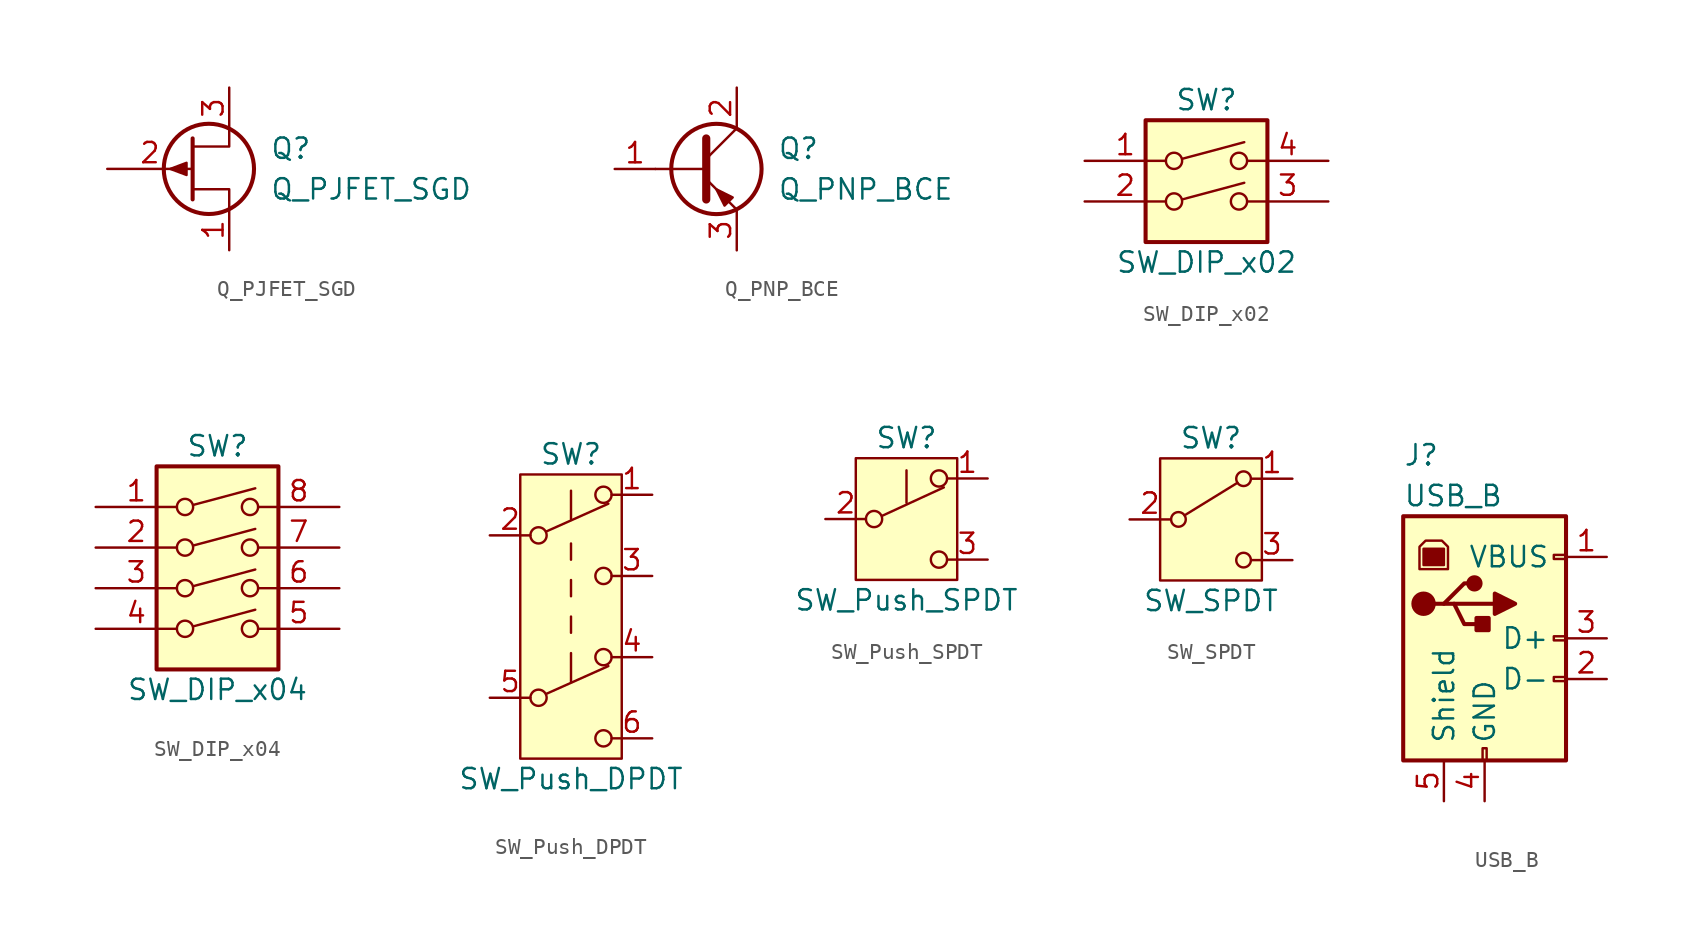
<source format=kicad_sym>
(kicad_symbol_lib
  (version 20241209)
  (generator "kicad_symbol_editor")
  (generator_version "9.0")
  (symbol "Q_PJFET_SGD"
    (pin_names
      (offset 0)
      (hide yes))
    (property "Reference" "Q"
      (at 5.08 1.27 0)
      (effects (font (size 1.27 1.27)) (justify left)))
    (property "Value" "Q_PJFET_SGD"
      (at 5.08 -1.27 0)
      (effects (font (size 1.27 1.27)) (justify left)))
    (symbol "Q_PJFET_SGD_0_1"
      (polyline (pts (xy -1.143 0) (xy -0.127 0.381) (xy -0.127 -0.381) (xy -1.143 0)) (stroke (width 0) (type default)) (fill (type outline)))
      (polyline (pts (xy 0.254 1.905) (xy 0.254 -1.905) (xy 0.254 -1.905)) (stroke (width 0.254) (type default)) (fill (type none)))
      (circle (center 1.27 0) (radius 2.819) (stroke (width 0.254) (type default)) (fill (type none)))
      (polyline (pts (xy 2.54 2.54) (xy 2.54 1.397) (xy 0.254 1.397)) (stroke (width 0) (type default)) (fill (type none)))
      (polyline (pts (xy 2.54 -2.54) (xy 2.54 -1.27) (xy 0.254 -1.27)) (stroke (width 0) (type default)) (fill (type none))))
    (symbol "Q_PJFET_SGD_1_1"
      (pin input line (at -5.08 0 0) (length 5.334) (name "G" (effects (font (size 1.27 1.27)))) (number "2" (effects (font (size 1.27 1.27)))))
      (pin passive line (at 2.54 5.08 270) (length 2.54) (name "D" (effects (font (size 1.27 1.27)))) (number "3" (effects (font (size 1.27 1.27)))))
      (pin passive line (at 2.54 -5.08 90) (length 2.54) (name "S" (effects (font (size 1.27 1.27)))) (number "1" (effects (font (size 1.27 1.27)))))))
  (symbol "Q_PNP_BCE"
    (pin_names
      (offset 0)
      (hide yes))
    (property "Reference" "Q"
      (at 5.08 1.27 0)
      (effects (font (size 1.27 1.27)) (justify left)))
    (property "Value" "Q_PNP_BCE"
      (at 5.08 -1.27 0)
      (effects (font (size 1.27 1.27)) (justify left)))
    (symbol "Q_PNP_BCE_0_1"
      (polyline (pts (xy -2.54 0) (xy 0.635 0)) (stroke (width 0) (type default)) (fill (type none)))
      (polyline (pts (xy 0.635 1.905) (xy 0.635 -1.905)) (stroke (width 0.508) (type default)) (fill (type none)))
      (polyline (pts (xy 0.635 0.635) (xy 2.54 2.54)) (stroke (width 0) (type default)) (fill (type none)))
      (polyline (pts (xy 0.635 -0.635) (xy 2.54 -2.54)) (stroke (width 0) (type default)) (fill (type none)))
      (circle (center 1.27 0) (radius 2.819) (stroke (width 0.254) (type default)) (fill (type none)))
      (polyline (pts (xy 2.286 -1.778) (xy 1.778 -2.286) (xy 1.27 -1.27) (xy 2.286 -1.778)) (stroke (width 0) (type default)) (fill (type outline))))
    (symbol "Q_PNP_BCE_1_1"
      (pin input line (at -5.08 0 0) (length 2.54) (name "B" (effects (font (size 1.27 1.27)))) (number "1" (effects (font (size 1.27 1.27)))))
      (pin passive line (at 2.54 5.08 270) (length 2.54) (name "C" (effects (font (size 1.27 1.27)))) (number "2" (effects (font (size 1.27 1.27)))))
      (pin passive line (at 2.54 -5.08 90) (length 2.54) (name "E" (effects (font (size 1.27 1.27)))) (number "3" (effects (font (size 1.27 1.27)))))))
  (symbol "SW_DIP_x02"
    (pin_names
      (offset 0)
      (hide yes))
    (property "Reference" "SW"
      (at 0 6.35 0)
      (effects (font (size 1.27 1.27))))
    (property "Value" "SW_DIP_x02"
      (at 0 -3.81 0)
      (effects (font (size 1.27 1.27))))
    (symbol "SW_DIP_x02_0_0"
      (circle (center -2.032 2.54) (radius 0.508) (stroke (width 0) (type default)) (fill (type none)))
      (circle (center -2.032 0) (radius 0.508) (stroke (width 0) (type default)) (fill (type none)))
      (polyline (pts (xy -1.524 2.667) (xy 2.362 3.708)) (stroke (width 0) (type default)) (fill (type none)))
      (polyline (pts (xy -1.524 0.127) (xy 2.362 1.168)) (stroke (width 0) (type default)) (fill (type none)))
      (circle (center 2.032 2.54) (radius 0.508) (stroke (width 0) (type default)) (fill (type none)))
      (circle (center 2.032 0) (radius 0.508) (stroke (width 0) (type default)) (fill (type none))))
    (symbol "SW_DIP_x02_0_1"
      (rectangle (start -3.81 5.08) (end 3.81 -2.54) (stroke (width 0.254) (type default)) (fill (type background))))
    (symbol "SW_DIP_x02_1_1"
      (pin passive line (at -7.62 2.54 0) (length 5.08) (name "~" (effects (font (size 1.27 1.27)))) (number "1" (effects (font (size 1.27 1.27)))))
      (pin passive line (at -7.62 0 0) (length 5.08) (name "~" (effects (font (size 1.27 1.27)))) (number "2" (effects (font (size 1.27 1.27)))))
      (pin passive line (at 7.62 2.54 180) (length 5.08) (name "~" (effects (font (size 1.27 1.27)))) (number "4" (effects (font (size 1.27 1.27)))))
      (pin passive line (at 7.62 0 180) (length 5.08) (name "~" (effects (font (size 1.27 1.27)))) (number "3" (effects (font (size 1.27 1.27)))))))
  (symbol "SW_DIP_x04"
    (pin_names
      (offset 0)
      (hide yes))
    (property "Reference" "SW"
      (at 0 8.89 0)
      (effects (font (size 1.27 1.27))))
    (property "Value" "SW_DIP_x04"
      (at 0 -6.35 0)
      (effects (font (size 1.27 1.27))))
    (symbol "SW_DIP_x04_0_0"
      (circle (center -2.032 5.08) (radius 0.508) (stroke (width 0) (type default)) (fill (type none)))
      (circle (center -2.032 2.54) (radius 0.508) (stroke (width 0) (type default)) (fill (type none)))
      (circle (center -2.032 0) (radius 0.508) (stroke (width 0) (type default)) (fill (type none)))
      (circle (center -2.032 -2.54) (radius 0.508) (stroke (width 0) (type default)) (fill (type none)))
      (polyline (pts (xy -1.524 5.207) (xy 2.362 6.248)) (stroke (width 0) (type default)) (fill (type none)))
      (polyline (pts (xy -1.524 2.667) (xy 2.362 3.708)) (stroke (width 0) (type default)) (fill (type none)))
      (polyline (pts (xy -1.524 0.127) (xy 2.362 1.168)) (stroke (width 0) (type default)) (fill (type none)))
      (polyline (pts (xy -1.524 -2.388) (xy 2.362 -1.346)) (stroke (width 0) (type default)) (fill (type none)))
      (circle (center 2.032 5.08) (radius 0.508) (stroke (width 0) (type default)) (fill (type none)))
      (circle (center 2.032 2.54) (radius 0.508) (stroke (width 0) (type default)) (fill (type none)))
      (circle (center 2.032 0) (radius 0.508) (stroke (width 0) (type default)) (fill (type none)))
      (circle (center 2.032 -2.54) (radius 0.508) (stroke (width 0) (type default)) (fill (type none))))
    (symbol "SW_DIP_x04_0_1"
      (rectangle (start -3.81 7.62) (end 3.81 -5.08) (stroke (width 0.254) (type default)) (fill (type background))))
    (symbol "SW_DIP_x04_1_1"
      (pin passive line (at -7.62 5.08 0) (length 5.08) (name "~" (effects (font (size 1.27 1.27)))) (number "1" (effects (font (size 1.27 1.27)))))
      (pin passive line (at -7.62 2.54 0) (length 5.08) (name "~" (effects (font (size 1.27 1.27)))) (number "2" (effects (font (size 1.27 1.27)))))
      (pin passive line (at -7.62 0 0) (length 5.08) (name "~" (effects (font (size 1.27 1.27)))) (number "3" (effects (font (size 1.27 1.27)))))
      (pin passive line (at -7.62 -2.54 0) (length 5.08) (name "~" (effects (font (size 1.27 1.27)))) (number "4" (effects (font (size 1.27 1.27)))))
      (pin passive line (at 7.62 5.08 180) (length 5.08) (name "~" (effects (font (size 1.27 1.27)))) (number "8" (effects (font (size 1.27 1.27)))))
      (pin passive line (at 7.62 2.54 180) (length 5.08) (name "~" (effects (font (size 1.27 1.27)))) (number "7" (effects (font (size 1.27 1.27)))))
      (pin passive line (at 7.62 0 180) (length 5.08) (name "~" (effects (font (size 1.27 1.27)))) (number "6" (effects (font (size 1.27 1.27)))))
      (pin passive line (at 7.62 -2.54 180) (length 5.08) (name "~" (effects (font (size 1.27 1.27)))) (number "5" (effects (font (size 1.27 1.27)))))))
  (symbol "SW_Push_DPDT"
    (pin_names
      (offset 0)
      (hide yes))
    (property "Reference" "SW"
      (at 0 10.16 0)
      (effects (font (size 1.27 1.27))))
    (property "Value" "SW_Push_DPDT"
      (at 0 -10.16 0)
      (effects (font (size 1.27 1.27))))
    (symbol "SW_Push_DPDT_0_0"
      (circle (center -2.032 5.08) (radius 0.508) (stroke (width 0) (type default)) (fill (type none)))
      (circle (center -2.032 -5.08) (radius 0.508) (stroke (width 0) (type default)) (fill (type none)))
      (circle (center 2.032 2.54) (radius 0.508) (stroke (width 0) (type default)) (fill (type none)))
      (circle (center 2.032 -7.62) (radius 0.508) (stroke (width 0) (type default)) (fill (type none))))
    (symbol "SW_Push_DPDT_0_1"
      (polyline (pts (xy -1.524 5.334) (xy 2.337 7.061)) (stroke (width 0) (type default)) (fill (type none)))
      (polyline (pts (xy -1.524 -4.826) (xy 2.337 -3.099)) (stroke (width 0) (type default)) (fill (type none)))
      (polyline (pts (xy 0 7.874) (xy 0 6.096)) (stroke (width 0) (type default)) (fill (type none)))
      (polyline (pts (xy 0 3.556) (xy 0 4.572)) (stroke (width 0) (type default)) (fill (type none)))
      (polyline (pts (xy 0 1.27) (xy 0 2.286)) (stroke (width 0) (type default)) (fill (type none)))
      (polyline (pts (xy 0 -1.016) (xy 0 0)) (stroke (width 0) (type default)) (fill (type none)))
      (polyline (pts (xy 0 -2.286) (xy 0 -4.064)) (stroke (width 0) (type default)) (fill (type none)))
      (circle (center 2.032 7.62) (radius 0.508) (stroke (width 0) (type default)) (fill (type none)))
      (circle (center 2.032 -2.54) (radius 0.508) (stroke (width 0) (type default)) (fill (type none))))
    (symbol "SW_Push_DPDT_1_1"
      (rectangle (start -3.175 8.89) (end 3.175 -8.89) (stroke (width 0) (type default)) (fill (type background)))
      (pin passive line (at -5.08 5.08 0) (length 2.54) (name "B" (effects (font (size 1.27 1.27)))) (number "2" (effects (font (size 1.27 1.27)))))
      (pin passive line (at -5.08 -5.08 0) (length 2.54) (name "B" (effects (font (size 1.27 1.27)))) (number "5" (effects (font (size 1.27 1.27)))))
      (pin passive line (at 5.08 7.62 180) (length 2.54) (name "A" (effects (font (size 1.27 1.27)))) (number "1" (effects (font (size 1.27 1.27)))))
      (pin passive line (at 5.08 2.54 180) (length 2.54) (name "C" (effects (font (size 1.27 1.27)))) (number "3" (effects (font (size 1.27 1.27)))))
      (pin passive line (at 5.08 -2.54 180) (length 2.54) (name "A" (effects (font (size 1.27 1.27)))) (number "4" (effects (font (size 1.27 1.27)))))
      (pin passive line (at 5.08 -7.62 180) (length 2.54) (name "C" (effects (font (size 1.27 1.27)))) (number "6" (effects (font (size 1.27 1.27)))))))
  (symbol "SW_Push_SPDT"
    (pin_names
      (offset 0)
      (hide yes))
    (property "Reference" "SW"
      (at 0 5.08 0)
      (effects (font (size 1.27 1.27))))
    (property "Value" "SW_Push_SPDT"
      (at 0 -5.08 0)
      (effects (font (size 1.27 1.27))))
    (symbol "SW_Push_SPDT_0_0"
      (circle (center -2.032 0) (radius 0.508) (stroke (width 0) (type default)) (fill (type none)))
      (polyline (pts (xy 0 1.016) (xy 0 3.048)) (stroke (width 0) (type default)) (fill (type none)))
      (circle (center 2.032 -2.54) (radius 0.508) (stroke (width 0) (type default)) (fill (type none))))
    (symbol "SW_Push_SPDT_0_1"
      (polyline (pts (xy -1.524 0.203) (xy 2.337 1.981)) (stroke (width 0) (type default)) (fill (type none)))
      (circle (center 2.032 2.54) (radius 0.508) (stroke (width 0) (type default)) (fill (type none))))
    (symbol "SW_Push_SPDT_1_1"
      (rectangle (start -3.175 3.81) (end 3.175 -3.81) (stroke (width 0) (type default)) (fill (type background)))
      (pin passive line (at -5.08 0 0) (length 2.54) (name "B" (effects (font (size 1.27 1.27)))) (number "2" (effects (font (size 1.27 1.27)))))
      (pin passive line (at 5.08 2.54 180) (length 2.54) (name "A" (effects (font (size 1.27 1.27)))) (number "1" (effects (font (size 1.27 1.27)))))
      (pin passive line (at 5.08 -2.54 180) (length 2.54) (name "C" (effects (font (size 1.27 1.27)))) (number "3" (effects (font (size 1.27 1.27)))))))
  (symbol "SW_SPDT"
    (pin_names
      (offset 0)
      (hide yes))
    (property "Reference" "SW"
      (at 0 5.08 0)
      (effects (font (size 1.27 1.27))))
    (property "Value" "SW_SPDT"
      (at 0 -5.08 0)
      (effects (font (size 1.27 1.27))))
    (symbol "SW_SPDT_0_1"
      (circle (center -2.032 0) (radius 0.457) (stroke (width 0) (type default)) (fill (type none)))
      (polyline (pts (xy -1.651 0.254) (xy 1.651 2.286)) (stroke (width 0) (type default)) (fill (type none)))
      (circle (center 2.032 2.54) (radius 0.457) (stroke (width 0) (type default)) (fill (type none)))
      (circle (center 2.032 -2.54) (radius 0.457) (stroke (width 0) (type default)) (fill (type none))))
    (symbol "SW_SPDT_1_1"
      (rectangle (start -3.175 3.81) (end 3.175 -3.81) (stroke (width 0) (type default)) (fill (type background)))
      (pin passive line (at -5.08 0 0) (length 2.54) (name "B" (effects (font (size 1.27 1.27)))) (number "2" (effects (font (size 1.27 1.27)))))
      (pin passive line (at 5.08 2.54 180) (length 2.54) (name "A" (effects (font (size 1.27 1.27)))) (number "1" (effects (font (size 1.27 1.27)))))
      (pin passive line (at 5.08 -2.54 180) (length 2.54) (name "C" (effects (font (size 1.27 1.27)))) (number "3" (effects (font (size 1.27 1.27)))))))
  (symbol "USB_B"
    (pin_names
      (offset 1.016))
    (property "Reference" "J"
      (at -5.08 11.43 0)
      (effects (font (size 1.27 1.27)) (justify left)))
    (property "Value" "USB_B"
      (at -5.08 8.89 0)
      (effects (font (size 1.27 1.27)) (justify left)))
    (symbol "USB_B_0_1"
      (rectangle (start -5.08 -7.62) (end 5.08 7.62) (stroke (width 0.254) (type default)) (fill (type background)))
      (polyline (pts (xy -4.064 4.318) (xy -2.286 4.318) (xy -2.286 5.715) (xy -2.667 6.096) (xy -3.683 6.096) (xy -4.064 5.715) (xy -4.064 4.318)) (stroke (width 0) (type default)) (fill (type none)))
      (rectangle (start -3.81 5.588) (end -2.54 4.572) (stroke (width 0) (type default)) (fill (type outline)))
      (circle (center -3.81 2.159) (radius 0.635) (stroke (width 0.254) (type default)) (fill (type outline)))
      (polyline (pts (xy -3.175 2.159) (xy -2.54 2.159) (xy -1.27 3.429) (xy -0.635 3.429)) (stroke (width 0.254) (type default)) (fill (type none)))
      (polyline (pts (xy -2.54 2.159) (xy -1.905 2.159) (xy -1.27 0.889) (xy 0 0.889)) (stroke (width 0.254) (type default)) (fill (type none)))
      (polyline (pts (xy -1.905 2.159) (xy 0.635 2.159)) (stroke (width 0.254) (type default)) (fill (type none)))
      (circle (center -0.635 3.429) (radius 0.381) (stroke (width 0.254) (type default)) (fill (type outline)))
      (rectangle (start -0.127 -7.62) (end 0.127 -6.858) (stroke (width 0) (type default)) (fill (type none)))
      (rectangle (start 0.254 1.27) (end -0.508 0.508) (stroke (width 0.254) (type default)) (fill (type outline)))
      (polyline (pts (xy 0.635 2.794) (xy 0.635 1.524) (xy 1.905 2.159) (xy 0.635 2.794)) (stroke (width 0.254) (type default)) (fill (type outline)))
      (rectangle (start 5.08 4.953) (end 4.318 5.207) (stroke (width 0) (type default)) (fill (type none)))
      (rectangle (start 5.08 -0.127) (end 4.318 0.127) (stroke (width 0) (type default)) (fill (type none)))
      (rectangle (start 5.08 -2.667) (end 4.318 -2.413) (stroke (width 0) (type default)) (fill (type none))))
    (symbol "USB_B_1_1"
      (pin passive line (at -2.54 -10.16 90) (length 2.54) (name "Shield" (effects (font (size 1.27 1.27)))) (number "5" (effects (font (size 1.27 1.27)))))
      (pin power_out line (at 0 -10.16 90) (length 2.54) (name "GND" (effects (font (size 1.27 1.27)))) (number "4" (effects (font (size 1.27 1.27)))))
      (pin power_out line (at 7.62 5.08 180) (length 2.54) (name "VBUS" (effects (font (size 1.27 1.27)))) (number "1" (effects (font (size 1.27 1.27)))))
      (pin bidirectional line (at 7.62 0 180) (length 2.54) (name "D+" (effects (font (size 1.27 1.27)))) (number "3" (effects (font (size 1.27 1.27)))))
      (pin bidirectional line (at 7.62 -2.54 180) (length 2.54) (name "D-" (effects (font (size 1.27 1.27)))) (number "2" (effects (font (size 1.27 1.27))))))))
</source>
